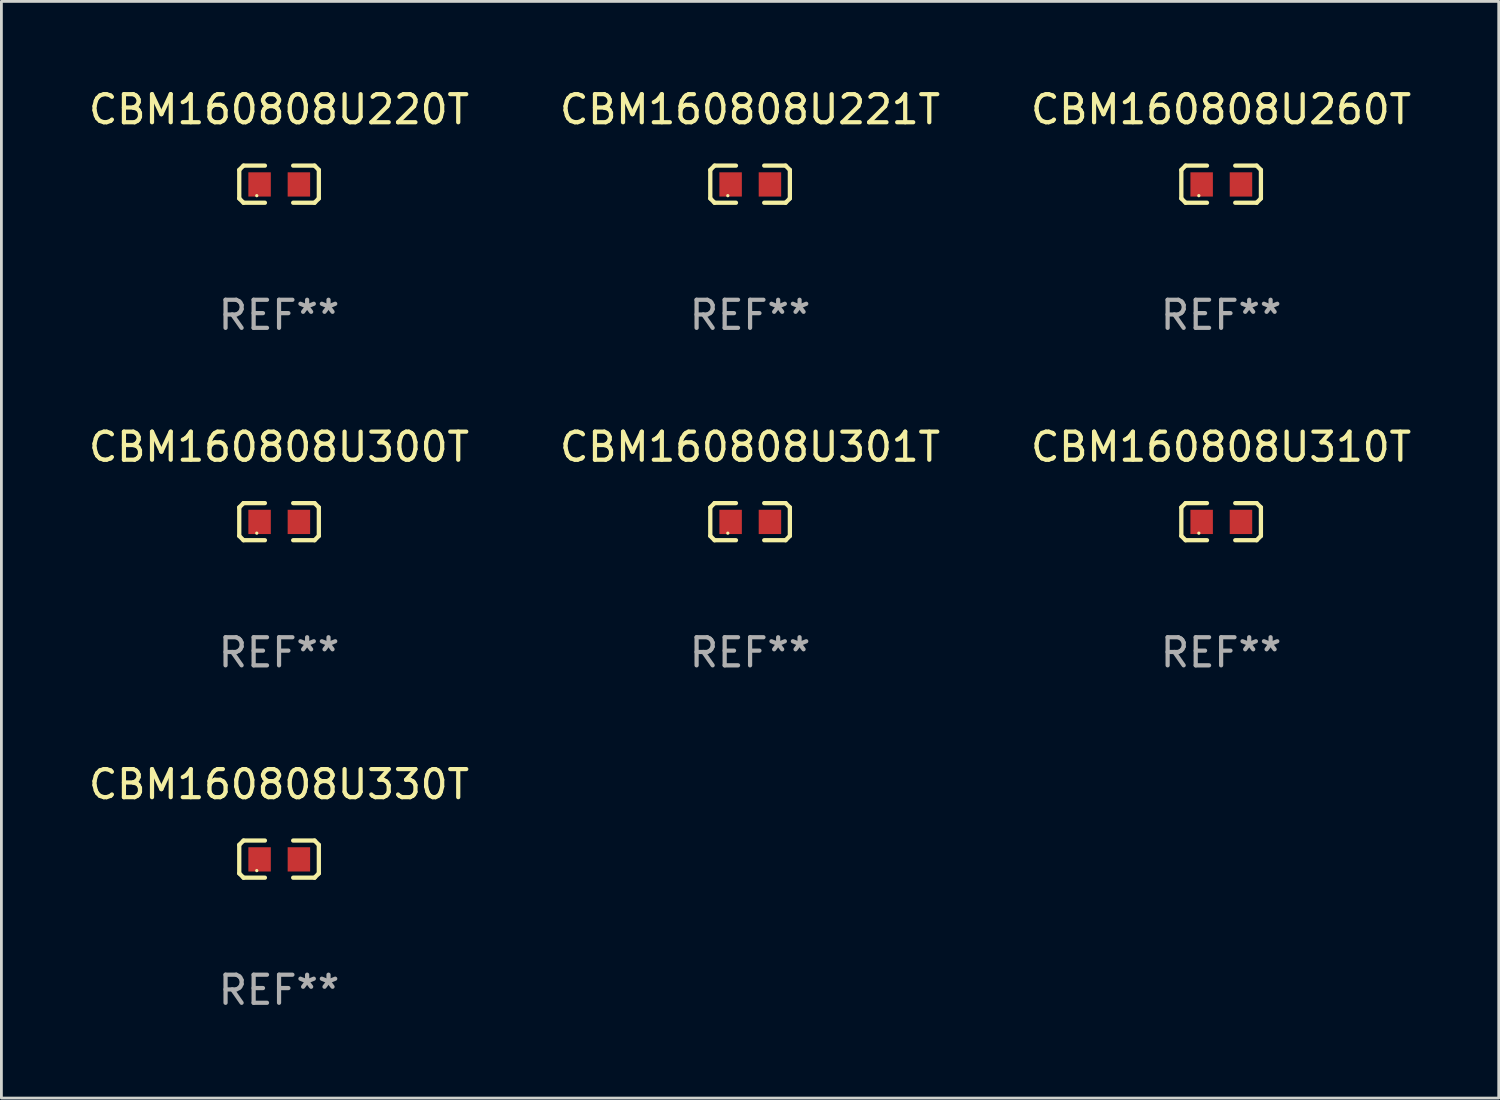
<source format=kicad_pcb>
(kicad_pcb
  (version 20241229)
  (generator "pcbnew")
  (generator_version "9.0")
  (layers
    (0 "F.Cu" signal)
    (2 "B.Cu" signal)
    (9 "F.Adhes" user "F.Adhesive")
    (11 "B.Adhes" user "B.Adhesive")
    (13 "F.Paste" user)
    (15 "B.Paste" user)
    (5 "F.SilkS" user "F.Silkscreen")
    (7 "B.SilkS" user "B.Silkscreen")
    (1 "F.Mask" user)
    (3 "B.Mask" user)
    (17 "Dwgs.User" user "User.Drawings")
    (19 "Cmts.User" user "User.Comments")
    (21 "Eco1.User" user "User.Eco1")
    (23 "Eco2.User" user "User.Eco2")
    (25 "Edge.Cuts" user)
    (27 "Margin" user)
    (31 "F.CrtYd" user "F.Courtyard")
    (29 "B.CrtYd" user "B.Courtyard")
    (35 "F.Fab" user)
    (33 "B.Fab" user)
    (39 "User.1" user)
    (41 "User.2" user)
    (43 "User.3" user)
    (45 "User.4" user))
  (footprint "CBM160808U310T"
    (layer "F.Cu")
    (at 40.435 15.527)
    (property "Reference" "CBM160808U310T" (at 0 -2.661 0) (layer "F.SilkS") (effects (font (size 1 1) (thickness 0.15))))
    (attr through_hole)
    (fp_line (start -1.417 -0.508) (end -1.265 -0.661) (stroke (width 0.152) (type solid)) (layer "F.SilkS"))
    (fp_line (start -1.417 0.508) (end -1.417 -0.508) (stroke (width 0.152) (type solid)) (layer "F.SilkS"))
    (fp_line (start -1.265 -0.661) (end -0.503 -0.661) (stroke (width 0.152) (type solid)) (layer "F.SilkS"))
    (fp_line (start -1.265 0.661) (end -1.417 0.508) (stroke (width 0.152) (type solid)) (layer "F.SilkS"))
    (fp_line (start -1.265 0.661) (end -0.503 0.661) (stroke (width 0.152) (type solid)) (layer "F.SilkS"))
    (fp_line (start 1.265 -0.661) (end 0.503 -0.661) (stroke (width 0.152) (type solid)) (layer "F.SilkS"))
    (fp_line (start 1.265 -0.661) (end 1.417 -0.508) (stroke (width 0.152) (type solid)) (layer "F.SilkS"))
    (fp_line (start 1.265 0.661) (end 0.503 0.661) (stroke (width 0.152) (type solid)) (layer "F.SilkS"))
    (fp_line (start 1.417 -0.508) (end 1.417 0.508) (stroke (width 0.152) (type solid)) (layer "F.SilkS"))
    (fp_line (start 1.417 0.508) (end 1.265 0.661) (stroke (width 0.152) (type solid)) (layer "F.SilkS"))
    (fp_circle (center -0.793 0.409) (end -0.763 0.409) (stroke (width 0.06) (type solid)) (fill no) (layer "F.SilkS"))
    (fp_text user "REF**" (at 0 4.661 0) (layer "F.Fab") (effects (font (size 1 1) (thickness 0.15))))
    (pad "1" smd rect (at -0.693 0.009 180) (size 0.8 0.864) (layers "F.Cu" "F.Mask" "F.Paste"))
    (pad "2" smd rect (at 0.707 0.009 180) (size 0.8 0.864) (layers "F.Cu" "F.Mask" "F.Paste")))
  (footprint "CBM160808U221T"
    (layer "F.Cu")
    (at 23.661 3.509)
    (property "Reference" "CBM160808U221T" (at 0 -2.661 0) (layer "F.SilkS") (effects (font (size 1 1) (thickness 0.15))))
    (attr through_hole)
    (fp_line (start -1.417 -0.508) (end -1.265 -0.661) (stroke (width 0.152) (type solid)) (layer "F.SilkS"))
    (fp_line (start -1.417 0.508) (end -1.417 -0.508) (stroke (width 0.152) (type solid)) (layer "F.SilkS"))
    (fp_line (start -1.265 -0.661) (end -0.503 -0.661) (stroke (width 0.152) (type solid)) (layer "F.SilkS"))
    (fp_line (start -1.265 0.661) (end -1.417 0.508) (stroke (width 0.152) (type solid)) (layer "F.SilkS"))
    (fp_line (start -1.265 0.661) (end -0.503 0.661) (stroke (width 0.152) (type solid)) (layer "F.SilkS"))
    (fp_line (start 1.265 -0.661) (end 0.503 -0.661) (stroke (width 0.152) (type solid)) (layer "F.SilkS"))
    (fp_line (start 1.265 -0.661) (end 1.417 -0.508) (stroke (width 0.152) (type solid)) (layer "F.SilkS"))
    (fp_line (start 1.265 0.661) (end 0.503 0.661) (stroke (width 0.152) (type solid)) (layer "F.SilkS"))
    (fp_line (start 1.417 -0.508) (end 1.417 0.508) (stroke (width 0.152) (type solid)) (layer "F.SilkS"))
    (fp_line (start 1.417 0.508) (end 1.265 0.661) (stroke (width 0.152) (type solid)) (layer "F.SilkS"))
    (fp_circle (center -0.793 0.409) (end -0.763 0.409) (stroke (width 0.06) (type solid)) (fill no) (layer "F.SilkS"))
    (fp_text user "REF**" (at 0 4.661 0) (layer "F.Fab") (effects (font (size 1 1) (thickness 0.15))))
    (pad "1" smd rect (at -0.693 0.009 180) (size 0.8 0.864) (layers "F.Cu" "F.Mask" "F.Paste"))
    (pad "2" smd rect (at 0.707 0.009 180) (size 0.8 0.864) (layers "F.Cu" "F.Mask" "F.Paste")))
  (footprint "CBM160808U220T"
    (layer "F.Cu")
    (at 6.887 3.509)
    (property "Reference" "CBM160808U220T" (at 0 -2.661 0) (layer "F.SilkS") (effects (font (size 1 1) (thickness 0.15))))
    (attr through_hole)
    (fp_line (start -1.417 -0.508) (end -1.265 -0.661) (stroke (width 0.152) (type solid)) (layer "F.SilkS"))
    (fp_line (start -1.417 0.508) (end -1.417 -0.508) (stroke (width 0.152) (type solid)) (layer "F.SilkS"))
    (fp_line (start -1.265 -0.661) (end -0.503 -0.661) (stroke (width 0.152) (type solid)) (layer "F.SilkS"))
    (fp_line (start -1.265 0.661) (end -1.417 0.508) (stroke (width 0.152) (type solid)) (layer "F.SilkS"))
    (fp_line (start -1.265 0.661) (end -0.503 0.661) (stroke (width 0.152) (type solid)) (layer "F.SilkS"))
    (fp_line (start 1.265 -0.661) (end 0.503 -0.661) (stroke (width 0.152) (type solid)) (layer "F.SilkS"))
    (fp_line (start 1.265 -0.661) (end 1.417 -0.508) (stroke (width 0.152) (type solid)) (layer "F.SilkS"))
    (fp_line (start 1.265 0.661) (end 0.503 0.661) (stroke (width 0.152) (type solid)) (layer "F.SilkS"))
    (fp_line (start 1.417 -0.508) (end 1.417 0.508) (stroke (width 0.152) (type solid)) (layer "F.SilkS"))
    (fp_line (start 1.417 0.508) (end 1.265 0.661) (stroke (width 0.152) (type solid)) (layer "F.SilkS"))
    (fp_circle (center -0.793 0.409) (end -0.763 0.409) (stroke (width 0.06) (type solid)) (fill no) (layer "F.SilkS"))
    (fp_text user "REF**" (at 0 4.661 0) (layer "F.Fab") (effects (font (size 1 1) (thickness 0.15))))
    (pad "1" smd rect (at -0.693 0.009 180) (size 0.8 0.864) (layers "F.Cu" "F.Mask" "F.Paste"))
    (pad "2" smd rect (at 0.707 0.009 180) (size 0.8 0.864) (layers "F.Cu" "F.Mask" "F.Paste")))
  (footprint "CBM160808U260T"
    (layer "F.Cu")
    (at 40.435 3.509)
    (property "Reference" "CBM160808U260T" (at 0 -2.661 0) (layer "F.SilkS") (effects (font (size 1 1) (thickness 0.15))))
    (attr through_hole)
    (fp_line (start -1.417 -0.508) (end -1.265 -0.661) (stroke (width 0.152) (type solid)) (layer "F.SilkS"))
    (fp_line (start -1.417 0.508) (end -1.417 -0.508) (stroke (width 0.152) (type solid)) (layer "F.SilkS"))
    (fp_line (start -1.265 -0.661) (end -0.503 -0.661) (stroke (width 0.152) (type solid)) (layer "F.SilkS"))
    (fp_line (start -1.265 0.661) (end -1.417 0.508) (stroke (width 0.152) (type solid)) (layer "F.SilkS"))
    (fp_line (start -1.265 0.661) (end -0.503 0.661) (stroke (width 0.152) (type solid)) (layer "F.SilkS"))
    (fp_line (start 1.265 -0.661) (end 0.503 -0.661) (stroke (width 0.152) (type solid)) (layer "F.SilkS"))
    (fp_line (start 1.265 -0.661) (end 1.417 -0.508) (stroke (width 0.152) (type solid)) (layer "F.SilkS"))
    (fp_line (start 1.265 0.661) (end 0.503 0.661) (stroke (width 0.152) (type solid)) (layer "F.SilkS"))
    (fp_line (start 1.417 -0.508) (end 1.417 0.508) (stroke (width 0.152) (type solid)) (layer "F.SilkS"))
    (fp_line (start 1.417 0.508) (end 1.265 0.661) (stroke (width 0.152) (type solid)) (layer "F.SilkS"))
    (fp_circle (center -0.793 0.409) (end -0.763 0.409) (stroke (width 0.06) (type solid)) (fill no) (layer "F.SilkS"))
    (fp_text user "REF**" (at 0 4.661 0) (layer "F.Fab") (effects (font (size 1 1) (thickness 0.15))))
    (pad "1" smd rect (at -0.693 0.009 180) (size 0.8 0.864) (layers "F.Cu" "F.Mask" "F.Paste"))
    (pad "2" smd rect (at 0.707 0.009 180) (size 0.8 0.864) (layers "F.Cu" "F.Mask" "F.Paste")))
  (footprint "CBM160808U300T"
    (layer "F.Cu")
    (at 6.887 15.527)
    (property "Reference" "CBM160808U300T" (at 0 -2.661 0) (layer "F.SilkS") (effects (font (size 1 1) (thickness 0.15))))
    (attr through_hole)
    (fp_line (start -1.417 -0.508) (end -1.265 -0.661) (stroke (width 0.152) (type solid)) (layer "F.SilkS"))
    (fp_line (start -1.417 0.508) (end -1.417 -0.508) (stroke (width 0.152) (type solid)) (layer "F.SilkS"))
    (fp_line (start -1.265 -0.661) (end -0.503 -0.661) (stroke (width 0.152) (type solid)) (layer "F.SilkS"))
    (fp_line (start -1.265 0.661) (end -1.417 0.508) (stroke (width 0.152) (type solid)) (layer "F.SilkS"))
    (fp_line (start -1.265 0.661) (end -0.503 0.661) (stroke (width 0.152) (type solid)) (layer "F.SilkS"))
    (fp_line (start 1.265 -0.661) (end 0.503 -0.661) (stroke (width 0.152) (type solid)) (layer "F.SilkS"))
    (fp_line (start 1.265 -0.661) (end 1.417 -0.508) (stroke (width 0.152) (type solid)) (layer "F.SilkS"))
    (fp_line (start 1.265 0.661) (end 0.503 0.661) (stroke (width 0.152) (type solid)) (layer "F.SilkS"))
    (fp_line (start 1.417 -0.508) (end 1.417 0.508) (stroke (width 0.152) (type solid)) (layer "F.SilkS"))
    (fp_line (start 1.417 0.508) (end 1.265 0.661) (stroke (width 0.152) (type solid)) (layer "F.SilkS"))
    (fp_circle (center -0.793 0.409) (end -0.763 0.409) (stroke (width 0.06) (type solid)) (fill no) (layer "F.SilkS"))
    (fp_text user "REF**" (at 0 4.661 0) (layer "F.Fab") (effects (font (size 1 1) (thickness 0.15))))
    (pad "1" smd rect (at -0.693 0.009 180) (size 0.8 0.864) (layers "F.Cu" "F.Mask" "F.Paste"))
    (pad "2" smd rect (at 0.707 0.009 180) (size 0.8 0.864) (layers "F.Cu" "F.Mask" "F.Paste")))
  (footprint "CBM160808U301T"
    (layer "F.Cu")
    (at 23.661 15.527)
    (property "Reference" "CBM160808U301T" (at 0 -2.661 0) (layer "F.SilkS") (effects (font (size 1 1) (thickness 0.15))))
    (attr through_hole)
    (fp_line (start -1.417 -0.508) (end -1.265 -0.661) (stroke (width 0.152) (type solid)) (layer "F.SilkS"))
    (fp_line (start -1.417 0.508) (end -1.417 -0.508) (stroke (width 0.152) (type solid)) (layer "F.SilkS"))
    (fp_line (start -1.265 -0.661) (end -0.503 -0.661) (stroke (width 0.152) (type solid)) (layer "F.SilkS"))
    (fp_line (start -1.265 0.661) (end -1.417 0.508) (stroke (width 0.152) (type solid)) (layer "F.SilkS"))
    (fp_line (start -1.265 0.661) (end -0.503 0.661) (stroke (width 0.152) (type solid)) (layer "F.SilkS"))
    (fp_line (start 1.265 -0.661) (end 0.503 -0.661) (stroke (width 0.152) (type solid)) (layer "F.SilkS"))
    (fp_line (start 1.265 -0.661) (end 1.417 -0.508) (stroke (width 0.152) (type solid)) (layer "F.SilkS"))
    (fp_line (start 1.265 0.661) (end 0.503 0.661) (stroke (width 0.152) (type solid)) (layer "F.SilkS"))
    (fp_line (start 1.417 -0.508) (end 1.417 0.508) (stroke (width 0.152) (type solid)) (layer "F.SilkS"))
    (fp_line (start 1.417 0.508) (end 1.265 0.661) (stroke (width 0.152) (type solid)) (layer "F.SilkS"))
    (fp_circle (center -0.793 0.409) (end -0.763 0.409) (stroke (width 0.06) (type solid)) (fill no) (layer "F.SilkS"))
    (fp_text user "REF**" (at 0 4.661 0) (layer "F.Fab") (effects (font (size 1 1) (thickness 0.15))))
    (pad "1" smd rect (at -0.693 0.009 180) (size 0.8 0.864) (layers "F.Cu" "F.Mask" "F.Paste"))
    (pad "2" smd rect (at 0.707 0.009 180) (size 0.8 0.864) (layers "F.Cu" "F.Mask" "F.Paste")))
  (footprint "CBM160808U330T"
    (layer "F.Cu")
    (at 6.887 27.544)
    (property "Reference" "CBM160808U330T" (at 0 -2.661 0) (layer "F.SilkS") (effects (font (size 1 1) (thickness 0.15))))
    (attr through_hole)
    (fp_line (start -1.417 -0.508) (end -1.265 -0.661) (stroke (width 0.152) (type solid)) (layer "F.SilkS"))
    (fp_line (start -1.417 0.508) (end -1.417 -0.508) (stroke (width 0.152) (type solid)) (layer "F.SilkS"))
    (fp_line (start -1.265 -0.661) (end -0.503 -0.661) (stroke (width 0.152) (type solid)) (layer "F.SilkS"))
    (fp_line (start -1.265 0.661) (end -1.417 0.508) (stroke (width 0.152) (type solid)) (layer "F.SilkS"))
    (fp_line (start -1.265 0.661) (end -0.503 0.661) (stroke (width 0.152) (type solid)) (layer "F.SilkS"))
    (fp_line (start 1.265 -0.661) (end 0.503 -0.661) (stroke (width 0.152) (type solid)) (layer "F.SilkS"))
    (fp_line (start 1.265 -0.661) (end 1.417 -0.508) (stroke (width 0.152) (type solid)) (layer "F.SilkS"))
    (fp_line (start 1.265 0.661) (end 0.503 0.661) (stroke (width 0.152) (type solid)) (layer "F.SilkS"))
    (fp_line (start 1.417 -0.508) (end 1.417 0.508) (stroke (width 0.152) (type solid)) (layer "F.SilkS"))
    (fp_line (start 1.417 0.508) (end 1.265 0.661) (stroke (width 0.152) (type solid)) (layer "F.SilkS"))
    (fp_circle (center -0.793 0.409) (end -0.763 0.409) (stroke (width 0.06) (type solid)) (fill no) (layer "F.SilkS"))
    (fp_text user "REF**" (at 0 4.661 0) (layer "F.Fab") (effects (font (size 1 1) (thickness 0.15))))
    (pad "1" smd rect (at -0.693 0.009 180) (size 0.8 0.864) (layers "F.Cu" "F.Mask" "F.Paste"))
    (pad "2" smd rect (at 0.707 0.009 180) (size 0.8 0.864) (layers "F.Cu" "F.Mask" "F.Paste")))
  (gr_rect
    (start -3 -3)
    (end 50.321 36.053)
    (stroke (width 0.1) (type default))
    (fill no)
    (layer "Edge.Cuts")))
</source>
